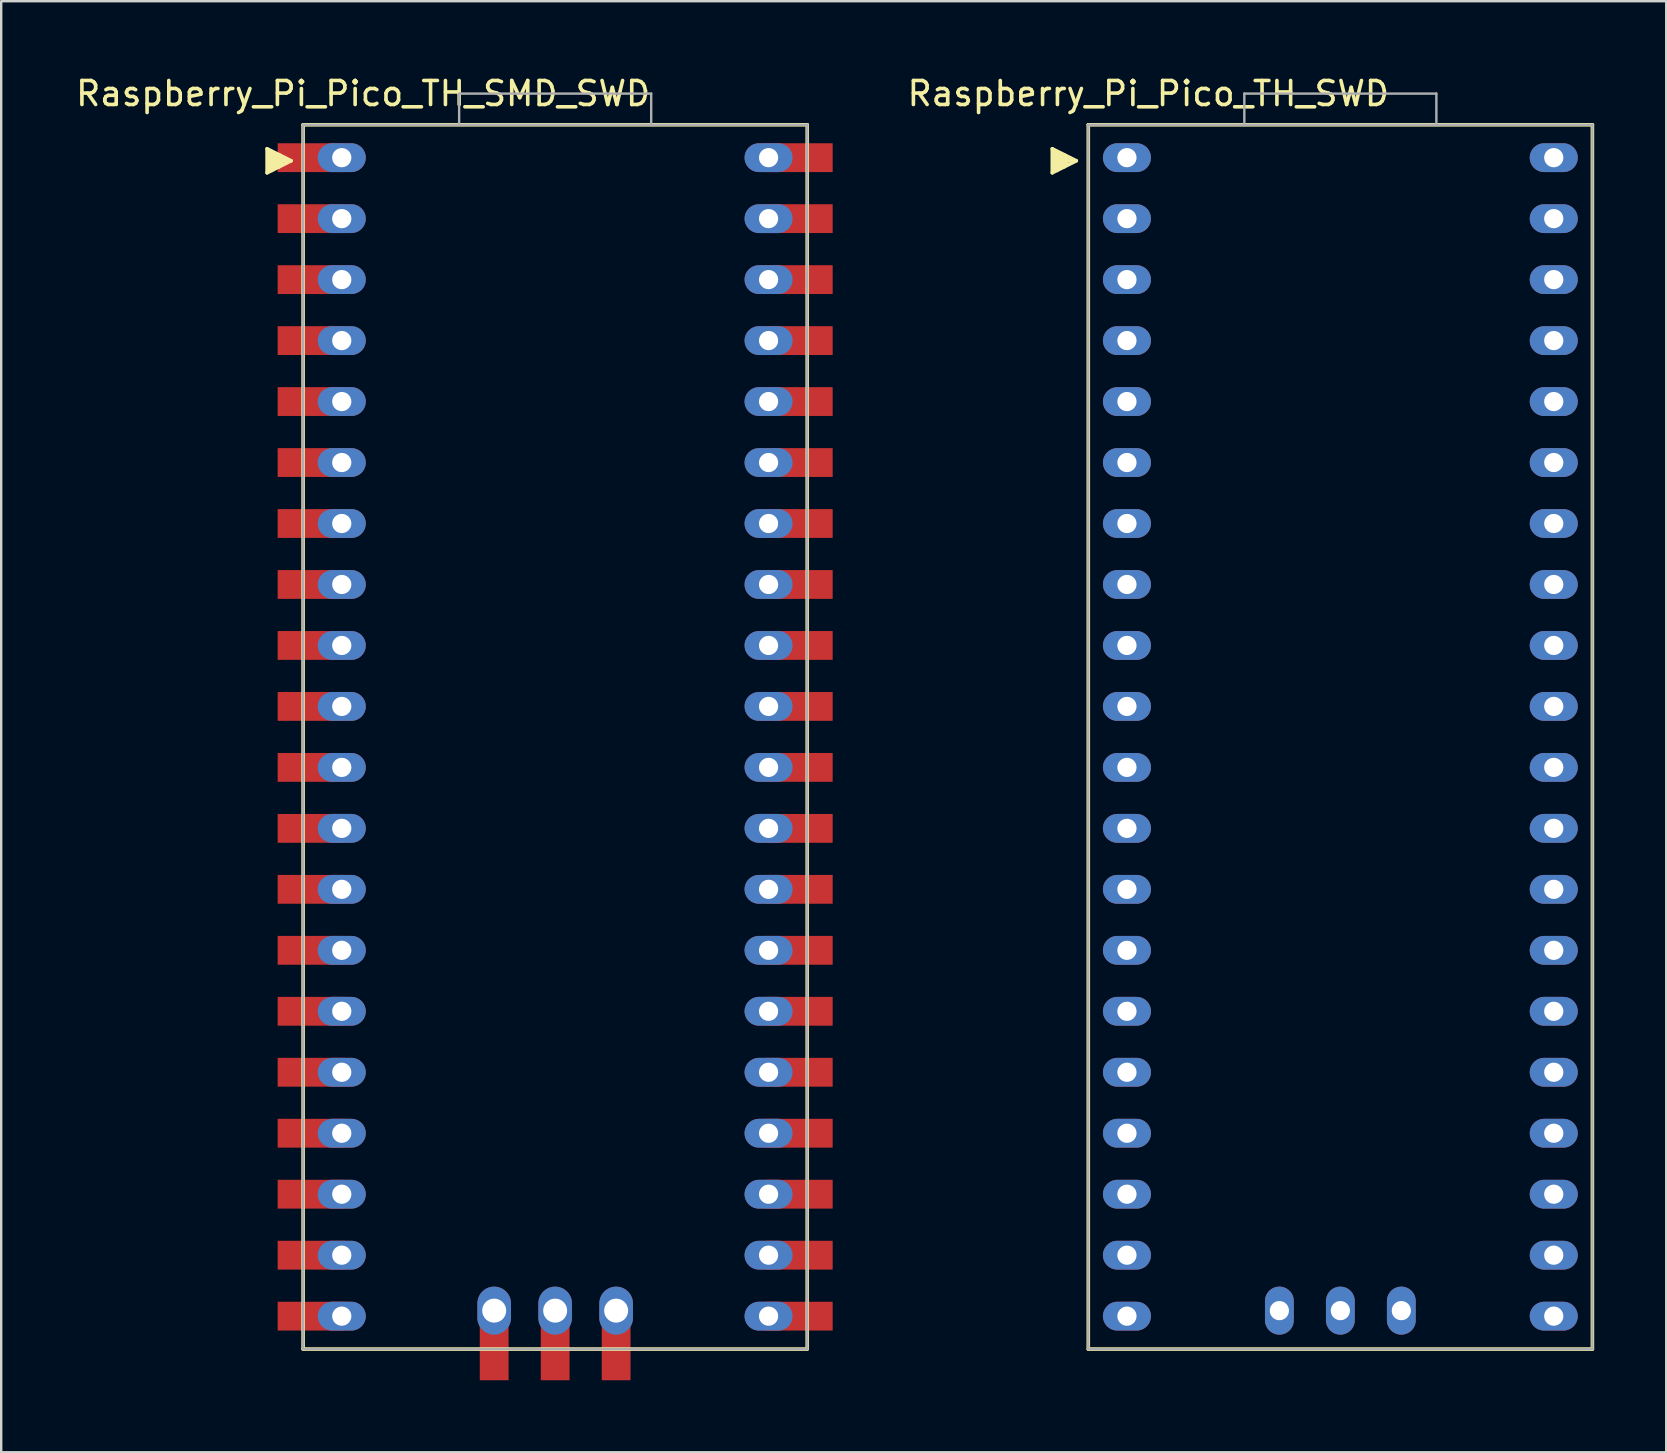
<source format=kicad_pcb>
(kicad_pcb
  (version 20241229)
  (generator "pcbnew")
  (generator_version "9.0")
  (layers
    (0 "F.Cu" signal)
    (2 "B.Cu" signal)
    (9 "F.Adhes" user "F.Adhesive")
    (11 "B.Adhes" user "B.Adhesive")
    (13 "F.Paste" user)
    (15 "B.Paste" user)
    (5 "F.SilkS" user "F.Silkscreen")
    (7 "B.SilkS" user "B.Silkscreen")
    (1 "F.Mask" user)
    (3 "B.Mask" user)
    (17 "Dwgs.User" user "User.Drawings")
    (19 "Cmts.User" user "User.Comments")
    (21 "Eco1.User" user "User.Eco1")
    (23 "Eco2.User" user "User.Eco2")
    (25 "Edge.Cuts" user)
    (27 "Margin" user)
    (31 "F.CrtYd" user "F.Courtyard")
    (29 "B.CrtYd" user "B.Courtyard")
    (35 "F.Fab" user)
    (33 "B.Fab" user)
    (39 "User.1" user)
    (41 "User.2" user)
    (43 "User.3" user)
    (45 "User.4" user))
  (footprint "Raspberry_Pi_Pico_TH_SWD"
    (layer "F.Cu")
    (at 52.786 27.648)
    (property "Reference" "Raspberry_Pi_Pico_TH_SWD" (at -8 -26.8 180) (layer "F.SilkS") (effects (font (size 1 1) (thickness 0.15))))
    (fp_line (start -12 -24.5) (end -12 -23.5) (stroke (width 0.15) (type solid)) (layer "F.SilkS"))
    (fp_line (start -12 -23.5) (end -11 -24) (stroke (width 0.15) (type solid)) (layer "F.SilkS"))
    (fp_line (start -11.9 -24.4) (end -11.9 -23.6) (stroke (width 0.15) (type solid)) (layer "F.SilkS"))
    (fp_line (start -11.8 -24.3) (end -11.8 -23.6) (stroke (width 0.15) (type solid)) (layer "F.SilkS"))
    (fp_line (start -11.7 -24.3) (end -11.7 -23.7) (stroke (width 0.15) (type solid)) (layer "F.SilkS"))
    (fp_line (start -11.6 -24.25) (end -11.6 -23.75) (stroke (width 0.15) (type solid)) (layer "F.SilkS"))
    (fp_line (start -11.5 -24.25) (end -11.5 -23.75) (stroke (width 0.15) (type solid)) (layer "F.SilkS"))
    (fp_line (start -11.4 -24.1) (end -11.4 -23.9) (stroke (width 0.15) (type solid)) (layer "F.SilkS"))
    (fp_line (start -11.4 -24) (end -11.2 -24) (stroke (width 0.15) (type solid)) (layer "F.SilkS"))
    (fp_line (start -11 -24) (end -12 -24.5) (stroke (width 0.15) (type solid)) (layer "F.SilkS"))
    (fp_line (start -10.5 -25.5) (end 10.5 -25.5) (stroke (width 0.15) (type solid)) (layer "F.SilkS"))
    (fp_line (start -10.5 25.5) (end -10.5 -25.5) (stroke (width 0.15) (type solid)) (layer "F.SilkS"))
    (fp_line (start 10.5 -25.5) (end 10.5 25.5) (stroke (width 0.15) (type solid)) (layer "F.SilkS"))
    (fp_line (start 10.5 25.5) (end -10.5 25.5) (stroke (width 0.15) (type solid)) (layer "F.SilkS"))
    (fp_line (start -10.5 -25.5) (end 10.5 -25.5) (stroke (width 0.1) (type solid)) (layer "F.Fab"))
    (fp_line (start -10.5 25.5) (end -10.5 -25.5) (stroke (width 0.1) (type solid)) (layer "F.Fab"))
    (fp_line (start -10.5 25.5) (end 10.5 25.5) (stroke (width 0.1) (type solid)) (layer "F.Fab"))
    (fp_line (start -4 -26.8) (end -4 -25.5) (stroke (width 0.1) (type solid)) (layer "F.Fab"))
    (fp_line (start -4 -26.8) (end 4 -26.8) (stroke (width 0.1) (type solid)) (layer "F.Fab"))
    (fp_line (start 4 -26.8) (end 4 -25.5) (stroke (width 0.1) (type solid)) (layer "F.Fab"))
    (fp_line (start 10.5 -25.5) (end 10.5 25.5) (stroke (width 0.1) (type solid)) (layer "F.Fab"))
    (pad "1" thru_hole oval (at -8.89 -24.13 270) (size 1.2 2) (drill 0.8) (layers "*.Cu" "*.Mask"))
    (pad "2" thru_hole oval (at -8.89 -21.59 270) (size 1.2 2) (drill 0.8) (layers "*.Cu" "*.Mask"))
    (pad "3" thru_hole oval (at -8.89 -19.05 270) (size 1.2 2) (drill 0.8) (layers "*.Cu" "*.Mask"))
    (pad "4" thru_hole oval (at -8.89 -16.51 270) (size 1.2 2) (drill 0.8) (layers "*.Cu" "*.Mask"))
    (pad "5" thru_hole oval (at -8.89 -13.97 270) (size 1.2 2) (drill 0.8) (layers "*.Cu" "*.Mask"))
    (pad "6" thru_hole oval (at -8.89 -11.43 270) (size 1.2 2) (drill 0.8) (layers "*.Cu" "*.Mask"))
    (pad "7" thru_hole oval (at -8.89 -8.89 270) (size 1.2 2) (drill 0.8) (layers "*.Cu" "*.Mask"))
    (pad "8" thru_hole oval (at -8.89 -6.35 270) (size 1.2 2) (drill 0.8) (layers "*.Cu" "*.Mask"))
    (pad "9" thru_hole oval (at -8.89 -3.81 270) (size 1.2 2) (drill 0.8) (layers "*.Cu" "*.Mask"))
    (pad "10" thru_hole oval (at -8.89 -1.27 270) (size 1.2 2) (drill 0.8) (layers "*.Cu" "*.Mask"))
    (pad "11" thru_hole oval (at -8.89 1.27 270) (size 1.2 2) (drill 0.8) (layers "*.Cu" "*.Mask"))
    (pad "12" thru_hole oval (at -8.89 3.81 270) (size 1.2 2) (drill 0.8) (layers "*.Cu" "*.Mask"))
    (pad "13" thru_hole oval (at -8.89 6.35 270) (size 1.2 2) (drill 0.8) (layers "*.Cu" "*.Mask"))
    (pad "14" thru_hole oval (at -8.89 8.89 270) (size 1.2 2) (drill 0.8) (layers "*.Cu" "*.Mask"))
    (pad "15" thru_hole oval (at -8.89 11.43 270) (size 1.2 2) (drill 0.8) (layers "*.Cu" "*.Mask"))
    (pad "16" thru_hole oval (at -8.89 13.97 270) (size 1.2 2) (drill 0.8) (layers "*.Cu" "*.Mask"))
    (pad "17" thru_hole oval (at -8.89 16.51 270) (size 1.2 2) (drill 0.8) (layers "*.Cu" "*.Mask"))
    (pad "18" thru_hole oval (at -8.89 19.05 270) (size 1.2 2) (drill 0.8) (layers "*.Cu" "*.Mask"))
    (pad "19" thru_hole oval (at -8.89 21.59 270) (size 1.2 2) (drill 0.8) (layers "*.Cu" "*.Mask"))
    (pad "20" thru_hole oval (at -8.89 24.13 270) (size 1.2 2) (drill 0.8) (layers "*.Cu" "*.Mask"))
    (pad "21" thru_hole oval (at 8.89 24.13 270) (size 1.2 2) (drill 0.8) (layers "*.Cu" "*.Mask"))
    (pad "22" thru_hole oval (at 8.89 21.59 270) (size 1.2 2) (drill 0.8) (layers "*.Cu" "*.Mask"))
    (pad "23" thru_hole oval (at 8.89 19.05 270) (size 1.2 2) (drill 0.8) (layers "*.Cu" "*.Mask"))
    (pad "24" thru_hole oval (at 8.89 16.51 270) (size 1.2 2) (drill 0.8) (layers "*.Cu" "*.Mask"))
    (pad "25" thru_hole oval (at 8.89 13.97 270) (size 1.2 2) (drill 0.8) (layers "*.Cu" "*.Mask"))
    (pad "26" thru_hole oval (at 8.89 11.43 270) (size 1.2 2) (drill 0.8) (layers "*.Cu" "*.Mask"))
    (pad "27" thru_hole oval (at 8.89 8.89 270) (size 1.2 2) (drill 0.8) (layers "*.Cu" "*.Mask"))
    (pad "28" thru_hole oval (at 8.89 6.35 270) (size 1.2 2) (drill 0.8) (layers "*.Cu" "*.Mask"))
    (pad "29" thru_hole oval (at 8.89 3.81 270) (size 1.2 2) (drill 0.8) (layers "*.Cu" "*.Mask"))
    (pad "30" thru_hole oval (at 8.89 1.27 270) (size 1.2 2) (drill 0.8) (layers "*.Cu" "*.Mask"))
    (pad "31" thru_hole oval (at 8.89 -1.27 270) (size 1.2 2) (drill 0.8) (layers "*.Cu" "*.Mask"))
    (pad "32" thru_hole oval (at 8.89 -3.81 270) (size 1.2 2) (drill 0.8) (layers "*.Cu" "*.Mask"))
    (pad "33" thru_hole oval (at 8.89 -6.35 270) (size 1.2 2) (drill 0.8) (layers "*.Cu" "*.Mask"))
    (pad "34" thru_hole oval (at 8.89 -8.89 270) (size 1.2 2) (drill 0.8) (layers "*.Cu" "*.Mask"))
    (pad "35" thru_hole oval (at 8.89 -11.43 270) (size 1.2 2) (drill 0.8) (layers "*.Cu" "*.Mask"))
    (pad "36" thru_hole oval (at 8.89 -13.97 270) (size 1.2 2) (drill 0.8) (layers "*.Cu" "*.Mask"))
    (pad "37" thru_hole oval (at 8.89 -16.51 270) (size 1.2 2) (drill 0.8) (layers "*.Cu" "*.Mask"))
    (pad "38" thru_hole oval (at 8.89 -19.05 270) (size 1.2 2) (drill 0.8) (layers "*.Cu" "*.Mask"))
    (pad "39" thru_hole oval (at 8.89 -21.59 270) (size 1.2 2) (drill 0.8) (layers "*.Cu" "*.Mask"))
    (pad "40" thru_hole oval (at 8.89 -24.13 270) (size 1.2 2) (drill 0.8) (layers "*.Cu" "*.Mask"))
    (pad "41" thru_hole oval (at -2.54 23.9) (size 1.2 2) (drill 0.8) (layers "*.Cu" "*.Mask"))
    (pad "42" thru_hole oval (at 0 23.9) (size 1.2 2) (drill 0.8) (layers "*.Cu" "*.Mask"))
    (pad "43" thru_hole oval (at 2.54 23.9) (size 1.2 2) (drill 0.8) (layers "*.Cu" "*.Mask")))
  (footprint "Raspberry_Pi_Pico_TH_SMD_SWD"
    (layer "F.Cu")
    (at 20.077 27.648)
    (property "Reference" "Raspberry_Pi_Pico_TH_SMD_SWD" (at -8 -26.8 180) (layer "F.SilkS") (effects (font (size 1 1) (thickness 0.15))))
    (fp_line (start -12 -24.5) (end -12 -23.5) (stroke (width 0.15) (type solid)) (layer "F.SilkS"))
    (fp_line (start -12 -23.5) (end -11 -24) (stroke (width 0.15) (type solid)) (layer "F.SilkS"))
    (fp_line (start -11.9 -24.4) (end -11.9 -23.6) (stroke (width 0.15) (type solid)) (layer "F.SilkS"))
    (fp_line (start -11.8 -24.3) (end -11.8 -23.6) (stroke (width 0.15) (type solid)) (layer "F.SilkS"))
    (fp_line (start -11.7 -24.3) (end -11.7 -23.7) (stroke (width 0.15) (type solid)) (layer "F.SilkS"))
    (fp_line (start -11.6 -24.25) (end -11.6 -23.75) (stroke (width 0.15) (type solid)) (layer "F.SilkS"))
    (fp_line (start -11.5 -24.25) (end -11.5 -23.75) (stroke (width 0.15) (type solid)) (layer "F.SilkS"))
    (fp_line (start -11.4 -24.1) (end -11.4 -23.9) (stroke (width 0.15) (type solid)) (layer "F.SilkS"))
    (fp_line (start -11.4 -24) (end -11.2 -24) (stroke (width 0.15) (type solid)) (layer "F.SilkS"))
    (fp_line (start -11 -24) (end -12 -24.5) (stroke (width 0.15) (type solid)) (layer "F.SilkS"))
    (fp_line (start -10.5 -25.5) (end 10.5 -25.5) (stroke (width 0.15) (type solid)) (layer "F.SilkS"))
    (fp_line (start -10.5 25.5) (end -10.5 -25.5) (stroke (width 0.15) (type solid)) (layer "F.SilkS"))
    (fp_line (start 10.5 -25.5) (end 10.5 25.5) (stroke (width 0.15) (type solid)) (layer "F.SilkS"))
    (fp_line (start 10.5 25.5) (end -10.5 25.5) (stroke (width 0.15) (type solid)) (layer "F.SilkS"))
    (fp_line (start -10.5 -25.5) (end 10.5 -25.5) (stroke (width 0.1) (type solid)) (layer "F.Fab"))
    (fp_line (start -10.5 25.5) (end -10.5 -25.5) (stroke (width 0.1) (type solid)) (layer "F.Fab"))
    (fp_line (start -10.5 25.5) (end 10.5 25.5) (stroke (width 0.1) (type solid)) (layer "F.Fab"))
    (fp_line (start -4 -26.8) (end -4 -25.5) (stroke (width 0.1) (type solid)) (layer "F.Fab"))
    (fp_line (start -4 -26.8) (end 4 -26.8) (stroke (width 0.1) (type solid)) (layer "F.Fab"))
    (fp_line (start 4 -26.8) (end 4 -25.5) (stroke (width 0.1) (type solid)) (layer "F.Fab"))
    (fp_line (start 10.5 -25.5) (end 10.5 25.5) (stroke (width 0.1) (type solid)) (layer "F.Fab"))
    (pad "1" smd rect (at -10.16 -24.13 90) (size 1.2 2.8) (layers "F.Cu" "F.Mask" "F.Paste"))
    (pad "1" thru_hole oval (at -8.89 -24.13 270) (size 1.2 2) (drill 0.8) (layers "*.Cu" "*.Mask"))
    (pad "2" smd rect (at -10.16 -21.59 90) (size 1.2 2.8) (layers "F.Cu" "F.Mask" "F.Paste"))
    (pad "2" thru_hole oval (at -8.89 -21.59 270) (size 1.2 2) (drill 0.8) (layers "*.Cu" "*.Mask"))
    (pad "3" smd rect (at -10.16 -19.05 90) (size 1.2 2.8) (layers "F.Cu" "F.Mask" "F.Paste"))
    (pad "3" thru_hole oval (at -8.89 -19.05 270) (size 1.2 2) (drill 0.8) (layers "*.Cu" "*.Mask"))
    (pad "4" smd rect (at -10.16 -16.51 90) (size 1.2 2.8) (layers "F.Cu" "F.Mask" "F.Paste"))
    (pad "4" thru_hole oval (at -8.89 -16.51 270) (size 1.2 2) (drill 0.8) (layers "*.Cu" "*.Mask"))
    (pad "5" smd rect (at -10.16 -13.97 90) (size 1.2 2.8) (layers "F.Cu" "F.Mask" "F.Paste"))
    (pad "5" thru_hole oval (at -8.89 -13.97 270) (size 1.2 2) (drill 0.8) (layers "*.Cu" "*.Mask"))
    (pad "6" smd rect (at -10.16 -11.43 90) (size 1.2 2.8) (layers "F.Cu" "F.Mask" "F.Paste"))
    (pad "6" thru_hole oval (at -8.89 -11.43 270) (size 1.2 2) (drill 0.8) (layers "*.Cu" "*.Mask"))
    (pad "7" smd rect (at -10.16 -8.89 90) (size 1.2 2.8) (layers "F.Cu" "F.Mask" "F.Paste"))
    (pad "7" thru_hole oval (at -8.89 -8.89 270) (size 1.2 2) (drill 0.8) (layers "*.Cu" "*.Mask"))
    (pad "8" smd rect (at -10.16 -6.35 90) (size 1.2 2.8) (layers "F.Cu" "F.Mask" "F.Paste"))
    (pad "8" thru_hole oval (at -8.89 -6.35 270) (size 1.2 2) (drill 0.8) (layers "*.Cu" "*.Mask"))
    (pad "9" smd rect (at -10.16 -3.81 90) (size 1.2 2.8) (layers "F.Cu" "F.Mask" "F.Paste"))
    (pad "9" thru_hole oval (at -8.89 -3.81 270) (size 1.2 2) (drill 0.8) (layers "*.Cu" "*.Mask"))
    (pad "10" smd rect (at -10.16 -1.27 90) (size 1.2 2.8) (layers "F.Cu" "F.Mask" "F.Paste"))
    (pad "10" thru_hole oval (at -8.89 -1.27 270) (size 1.2 2) (drill 0.8) (layers "*.Cu" "*.Mask"))
    (pad "11" smd rect (at -10.16 1.27 90) (size 1.2 2.8) (layers "F.Cu" "F.Mask" "F.Paste"))
    (pad "11" thru_hole oval (at -8.89 1.27 270) (size 1.2 2) (drill 0.8) (layers "*.Cu" "*.Mask"))
    (pad "12" smd rect (at -10.16 3.81 90) (size 1.2 2.8) (layers "F.Cu" "F.Mask" "F.Paste"))
    (pad "12" thru_hole oval (at -8.89 3.81 270) (size 1.2 2) (drill 0.8) (layers "*.Cu" "*.Mask"))
    (pad "13" smd rect (at -10.16 6.35 90) (size 1.2 2.8) (layers "F.Cu" "F.Mask" "F.Paste"))
    (pad "13" thru_hole oval (at -8.89 6.35 270) (size 1.2 2) (drill 0.8) (layers "*.Cu" "*.Mask"))
    (pad "14" smd rect (at -10.16 8.89 90) (size 1.2 2.8) (layers "F.Cu" "F.Mask" "F.Paste"))
    (pad "14" thru_hole oval (at -8.89 8.89 270) (size 1.2 2) (drill 0.8) (layers "*.Cu" "*.Mask"))
    (pad "15" smd rect (at -10.16 11.43 90) (size 1.2 2.8) (layers "F.Cu" "F.Mask" "F.Paste"))
    (pad "15" thru_hole oval (at -8.89 11.43 270) (size 1.2 2) (drill 0.8) (layers "*.Cu" "*.Mask"))
    (pad "16" smd rect (at -10.16 13.97 90) (size 1.2 2.8) (layers "F.Cu" "F.Mask" "F.Paste"))
    (pad "16" thru_hole oval (at -8.89 13.97 270) (size 1.2 2) (drill 0.8) (layers "*.Cu" "*.Mask"))
    (pad "17" smd rect (at -10.16 16.51 90) (size 1.2 2.8) (layers "F.Cu" "F.Mask" "F.Paste"))
    (pad "17" thru_hole oval (at -8.89 16.51 270) (size 1.2 2) (drill 0.8) (layers "*.Cu" "*.Mask"))
    (pad "18" smd rect (at -10.16 19.05 90) (size 1.2 2.8) (layers "F.Cu" "F.Mask" "F.Paste"))
    (pad "18" thru_hole oval (at -8.89 19.05 270) (size 1.2 2) (drill 0.8) (layers "*.Cu" "*.Mask"))
    (pad "19" smd rect (at -10.16 21.59 90) (size 1.2 2.8) (layers "F.Cu" "F.Mask" "F.Paste"))
    (pad "19" thru_hole oval (at -8.89 21.59 270) (size 1.2 2) (drill 0.8) (layers "*.Cu" "*.Mask"))
    (pad "20" smd rect (at -10.16 24.13 90) (size 1.2 2.8) (layers "F.Cu" "F.Mask" "F.Paste"))
    (pad "20" thru_hole oval (at -8.89 24.13 270) (size 1.2 2) (drill 0.8) (layers "*.Cu" "*.Mask"))
    (pad "21" thru_hole oval (at 8.89 24.13 270) (size 1.2 2) (drill 0.8) (layers "*.Cu" "*.Mask"))
    (pad "21" smd rect (at 10.16 24.13 90) (size 1.2 2.8) (layers "F.Cu" "F.Mask" "F.Paste"))
    (pad "22" thru_hole oval (at 8.89 21.59 270) (size 1.2 2) (drill 0.8) (layers "*.Cu" "*.Mask"))
    (pad "22" smd rect (at 10.16 21.59 90) (size 1.2 2.8) (layers "F.Cu" "F.Mask" "F.Paste"))
    (pad "23" thru_hole oval (at 8.89 19.05 270) (size 1.2 2) (drill 0.8) (layers "*.Cu" "*.Mask"))
    (pad "23" smd rect (at 10.16 19.05 90) (size 1.2 2.8) (layers "F.Cu" "F.Mask" "F.Paste"))
    (pad "24" thru_hole oval (at 8.89 16.51 270) (size 1.2 2) (drill 0.8) (layers "*.Cu" "*.Mask"))
    (pad "24" smd rect (at 10.16 16.51 90) (size 1.2 2.8) (layers "F.Cu" "F.Mask" "F.Paste"))
    (pad "25" thru_hole oval (at 8.89 13.97 270) (size 1.2 2) (drill 0.8) (layers "*.Cu" "*.Mask"))
    (pad "25" smd rect (at 10.16 13.97 90) (size 1.2 2.8) (layers "F.Cu" "F.Mask" "F.Paste"))
    (pad "26" thru_hole oval (at 8.89 11.43 270) (size 1.2 2) (drill 0.8) (layers "*.Cu" "*.Mask"))
    (pad "26" smd rect (at 10.16 11.43 90) (size 1.2 2.8) (layers "F.Cu" "F.Mask" "F.Paste"))
    (pad "27" thru_hole oval (at 8.89 8.89 270) (size 1.2 2) (drill 0.8) (layers "*.Cu" "*.Mask"))
    (pad "27" smd rect (at 10.16 8.89 90) (size 1.2 2.8) (layers "F.Cu" "F.Mask" "F.Paste"))
    (pad "28" thru_hole oval (at 8.89 6.35 270) (size 1.2 2) (drill 0.8) (layers "*.Cu" "*.Mask"))
    (pad "28" smd rect (at 10.16 6.35 90) (size 1.2 2.8) (layers "F.Cu" "F.Mask" "F.Paste"))
    (pad "29" thru_hole oval (at 8.89 3.81 270) (size 1.2 2) (drill 0.8) (layers "*.Cu" "*.Mask"))
    (pad "29" smd rect (at 10.16 3.81 90) (size 1.2 2.8) (layers "F.Cu" "F.Mask" "F.Paste"))
    (pad "30" thru_hole oval (at 8.89 1.27 270) (size 1.2 2) (drill 0.8) (layers "*.Cu" "*.Mask"))
    (pad "30" smd rect (at 10.16 1.27 90) (size 1.2 2.8) (layers "F.Cu" "F.Mask" "F.Paste"))
    (pad "31" thru_hole oval (at 8.89 -1.27 270) (size 1.2 2) (drill 0.8) (layers "*.Cu" "*.Mask"))
    (pad "31" smd rect (at 10.16 -1.27 90) (size 1.2 2.8) (layers "F.Cu" "F.Mask" "F.Paste"))
    (pad "32" thru_hole oval (at 8.89 -3.81 270) (size 1.2 2) (drill 0.8) (layers "*.Cu" "*.Mask"))
    (pad "32" smd rect (at 10.16 -3.81 90) (size 1.2 2.8) (layers "F.Cu" "F.Mask" "F.Paste"))
    (pad "33" thru_hole oval (at 8.89 -6.35 270) (size 1.2 2) (drill 0.8) (layers "*.Cu" "*.Mask"))
    (pad "33" smd rect (at 10.16 -6.35 90) (size 1.2 2.8) (layers "F.Cu" "F.Mask" "F.Paste"))
    (pad "34" thru_hole oval (at 8.89 -8.89 270) (size 1.2 2) (drill 0.8) (layers "*.Cu" "*.Mask"))
    (pad "34" smd rect (at 10.16 -8.89 90) (size 1.2 2.8) (layers "F.Cu" "F.Mask" "F.Paste"))
    (pad "35" thru_hole oval (at 8.89 -11.43 270) (size 1.2 2) (drill 0.8) (layers "*.Cu" "*.Mask"))
    (pad "35" smd rect (at 10.16 -11.43 90) (size 1.2 2.8) (layers "F.Cu" "F.Mask" "F.Paste"))
    (pad "36" thru_hole oval (at 8.89 -13.97 270) (size 1.2 2) (drill 0.8) (layers "*.Cu" "*.Mask"))
    (pad "36" smd rect (at 10.16 -13.97 90) (size 1.2 2.8) (layers "F.Cu" "F.Mask" "F.Paste"))
    (pad "37" thru_hole oval (at 8.89 -16.51 270) (size 1.2 2) (drill 0.8) (layers "*.Cu" "*.Mask"))
    (pad "37" smd rect (at 10.16 -16.51 90) (size 1.2 2.8) (layers "F.Cu" "F.Mask" "F.Paste"))
    (pad "38" thru_hole oval (at 8.89 -19.05 270) (size 1.2 2) (drill 0.8) (layers "*.Cu" "*.Mask"))
    (pad "38" smd rect (at 10.16 -19.05 90) (size 1.2 2.8) (layers "F.Cu" "F.Mask" "F.Paste"))
    (pad "39" thru_hole oval (at 8.89 -21.59 270) (size 1.2 2) (drill 0.8) (layers "*.Cu" "*.Mask"))
    (pad "39" smd rect (at 10.16 -21.59 90) (size 1.2 2.8) (layers "F.Cu" "F.Mask" "F.Paste"))
    (pad "40" thru_hole oval (at 8.89 -24.13 270) (size 1.2 2) (drill 0.8) (layers "*.Cu" "*.Mask"))
    (pad "40" smd rect (at 10.16 -24.13 90) (size 1.2 2.8) (layers "F.Cu" "F.Mask" "F.Paste"))
    (pad "41" thru_hole oval (at -2.54 23.9) (size 1.4 2) (drill 1) (layers "*.Cu" "*.Mask"))
    (pad "41" smd rect (at -2.54 25.4 180) (size 1.2 2.8) (layers "F.Cu" "F.Mask" "F.Paste"))
    (pad "42" thru_hole oval (at 0 23.9) (size 1.4 2) (drill 1) (layers "*.Cu" "*.Mask"))
    (pad "42" smd rect (at 0 25.4 180) (size 1.2 2.8) (layers "F.Cu" "F.Mask" "F.Paste"))
    (pad "43" thru_hole oval (at 2.54 23.9) (size 1.4 2) (drill 1) (layers "*.Cu" "*.Mask"))
    (pad "43" smd rect (at 2.54 25.4 180) (size 1.2 2.8) (layers "F.Cu" "F.Mask" "F.Paste")))
  (gr_rect
    (start -3 -3)
    (end 66.361 57.448)
    (stroke (width 0.1) (type default))
    (fill no)
    (layer "Edge.Cuts")))
</source>
